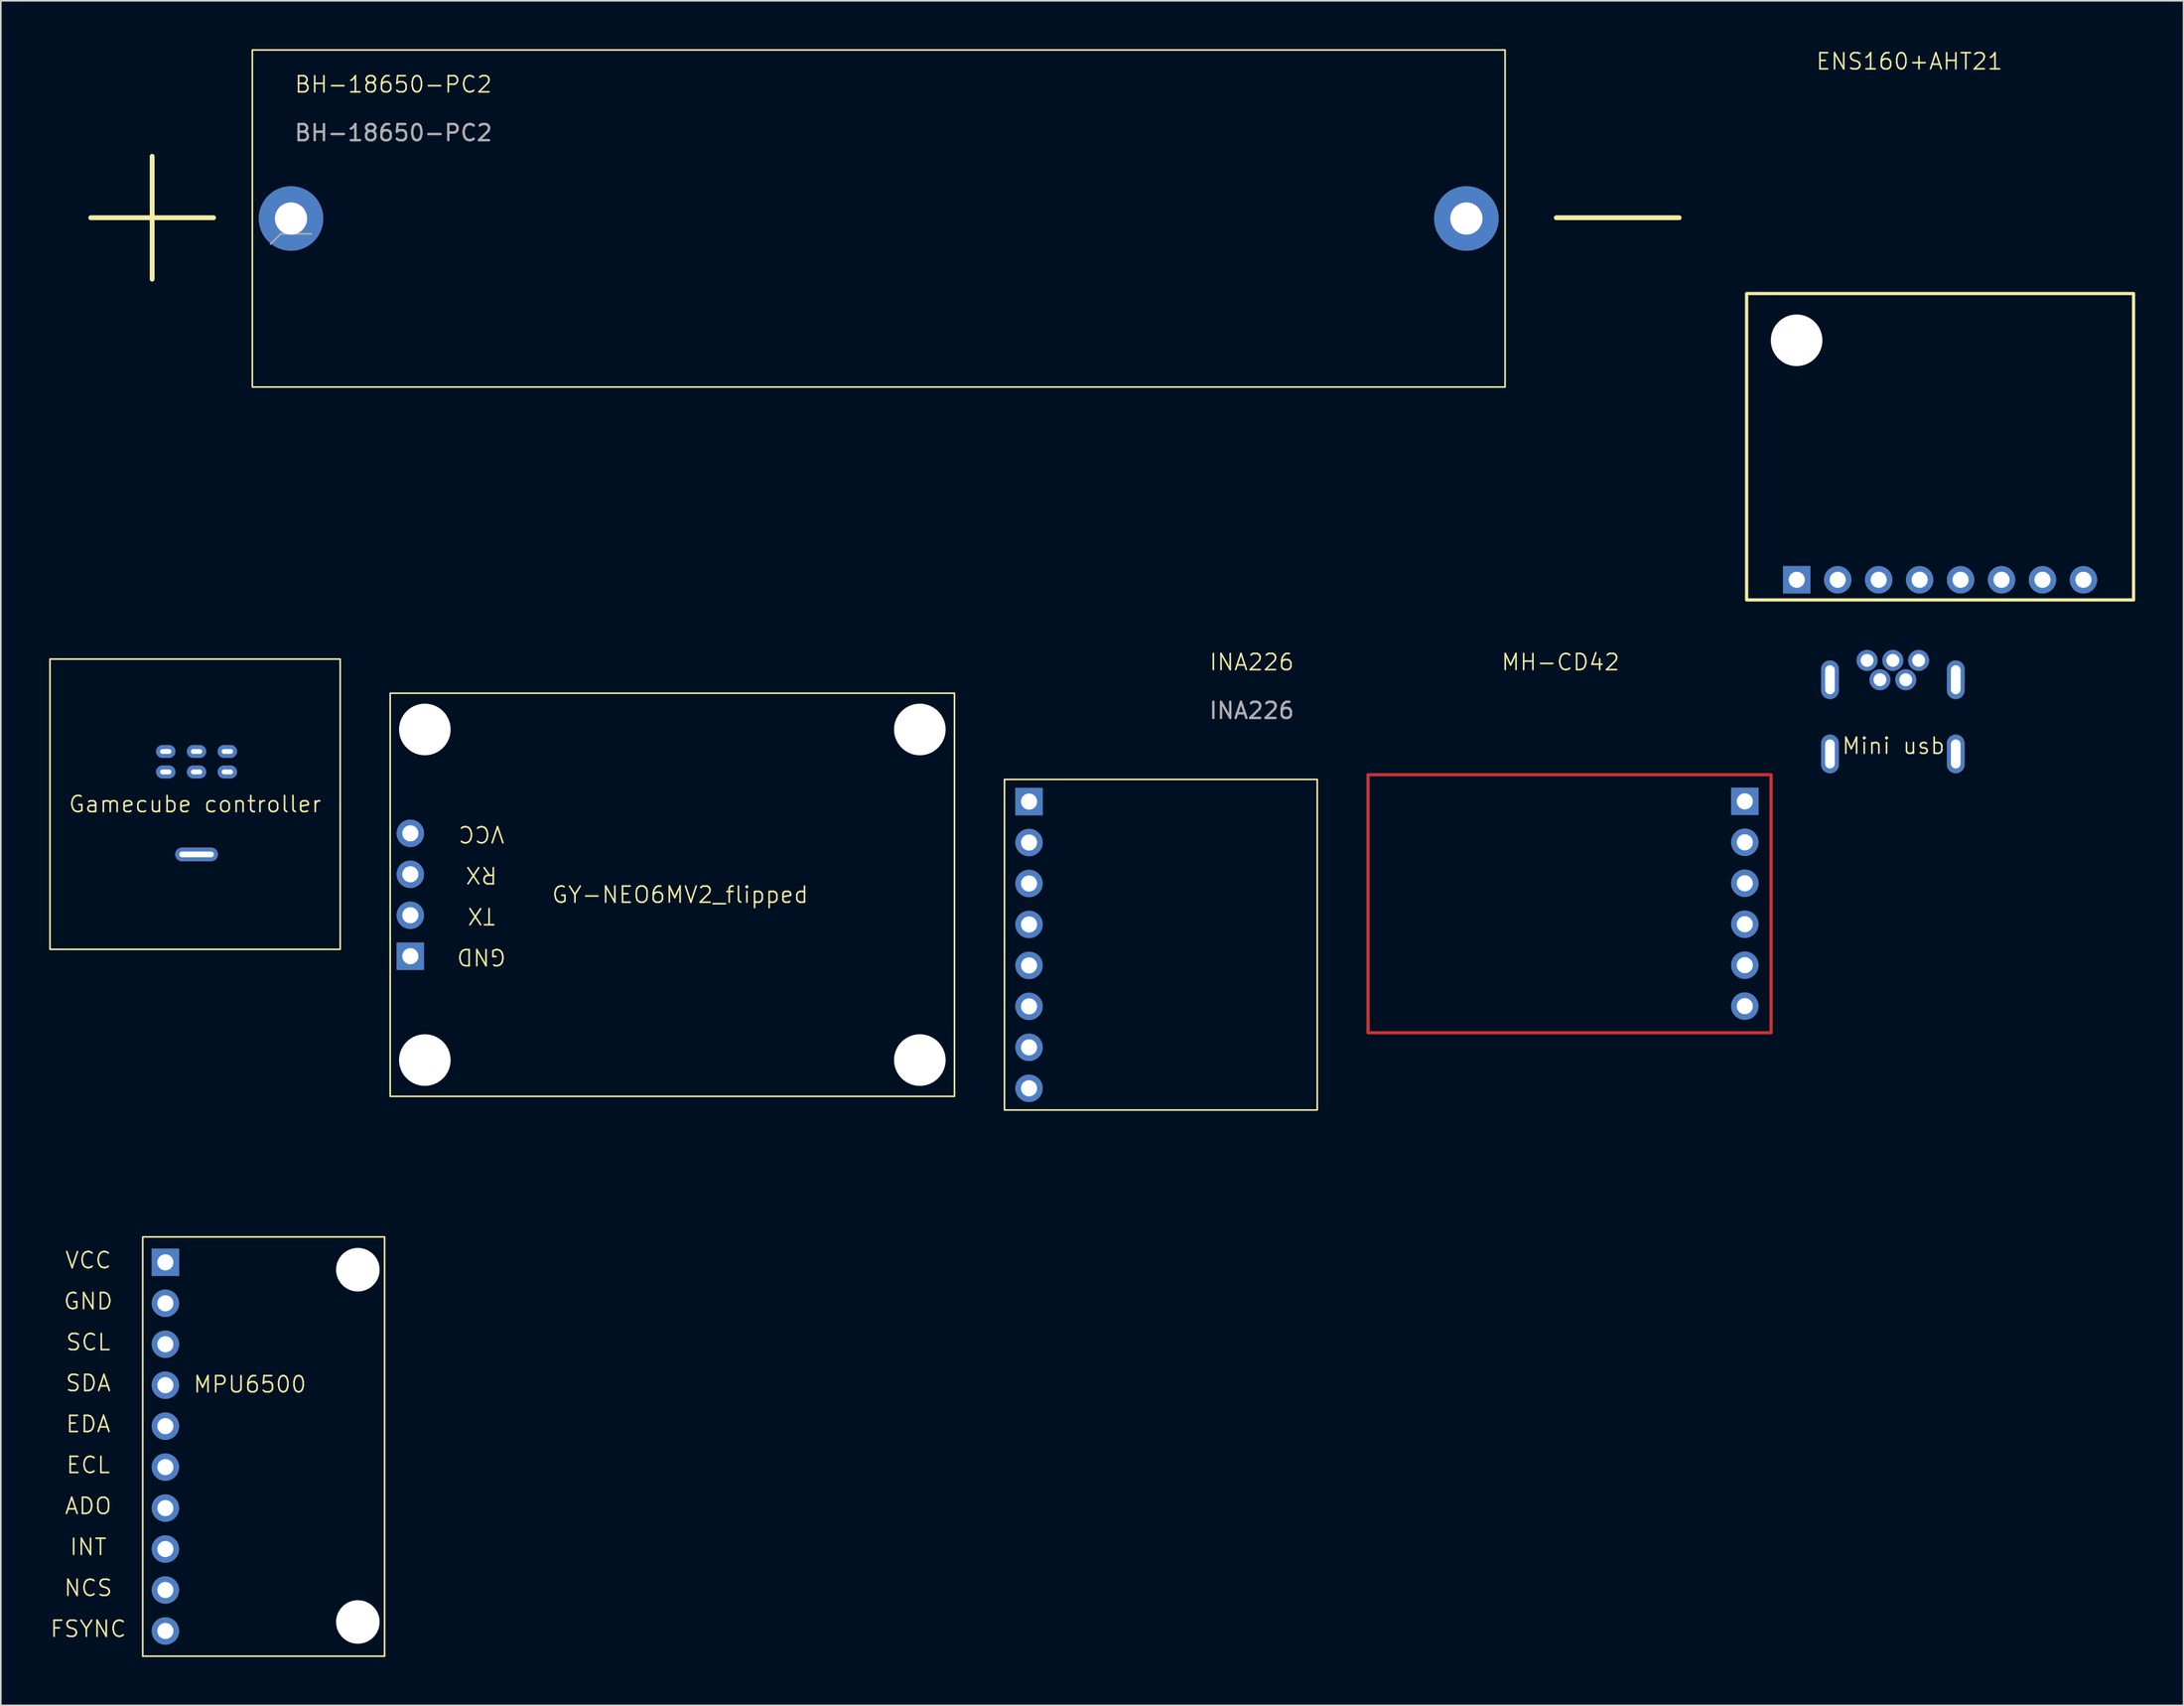
<source format=kicad_pcb>
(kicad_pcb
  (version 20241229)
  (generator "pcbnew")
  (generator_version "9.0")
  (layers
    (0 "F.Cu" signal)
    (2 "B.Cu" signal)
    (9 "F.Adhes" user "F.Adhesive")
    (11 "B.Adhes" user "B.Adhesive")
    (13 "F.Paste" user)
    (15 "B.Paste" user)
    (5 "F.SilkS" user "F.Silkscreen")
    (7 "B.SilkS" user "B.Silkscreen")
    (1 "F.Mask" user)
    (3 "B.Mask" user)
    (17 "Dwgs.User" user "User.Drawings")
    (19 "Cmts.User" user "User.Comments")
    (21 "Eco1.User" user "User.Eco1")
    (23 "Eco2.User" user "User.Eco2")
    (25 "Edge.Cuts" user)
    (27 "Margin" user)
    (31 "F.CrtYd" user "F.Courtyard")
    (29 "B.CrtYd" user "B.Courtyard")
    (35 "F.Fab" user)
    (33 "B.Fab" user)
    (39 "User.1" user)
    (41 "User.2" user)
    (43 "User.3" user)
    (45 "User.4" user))
  (footprint "GY-NEO6MV2_flipped"
    (layer "F.Cu")
    (at 39.276 37.504)
    (property "Reference" "GY-NEO6MV2_flipped" (at -0.144 14.932 0) (unlocked yes) (layer "F.SilkS") (effects (font (size 1 1) (thickness 0.1))))
    (attr through_hole)
    (fp_rect (start -18.126 2.432) (end 16.874 27.432) (stroke (width 0.1) (type default)) (fill no) (layer "F.SilkS"))
    (fp_text user "VCC" (at -10.973 10.582 180) (unlocked yes) (layer "F.SilkS") (effects (font (size 1 1) (thickness 0.1)) (justify left bottom)))
    (fp_text user "RX" (at -11.425 13.123 180) (unlocked yes) (layer "F.SilkS") (effects (font (size 1 1) (thickness 0.1)) (justify left bottom)))
    (fp_text user "TX" (at -11.544 15.662 180) (unlocked yes) (layer "F.SilkS") (effects (font (size 1 1) (thickness 0.1)) (justify left bottom)))
    (fp_text user "GND" (at -10.877 18.203 180) (unlocked yes) (layer "F.SilkS") (effects (font (size 1 1) (thickness 0.1)) (justify left bottom)))
    (pad "" np_thru_hole circle (at -15.976 4.682) (size 3.2 3.2) (drill 3.2) (layers "*.Cu" "*.Mask"))
    (pad "" np_thru_hole circle (at -15.976 25.182) (size 3.2 3.2) (drill 3.2) (layers "*.Cu" "*.Mask"))
    (pad "" np_thru_hole circle (at 14.724 4.682) (size 3.2 3.2) (drill 3.2) (layers "*.Cu" "*.Mask"))
    (pad "" np_thru_hole circle (at 14.724 25.182) (size 3.2 3.2) (drill 3.2) (layers "*.Cu" "*.Mask"))
    (pad "1" thru_hole rect (at -16.876 18.742 180) (size 1.7 1.7) (drill 1) (layers "*.Cu" "*.Mask"))
    (pad "2" thru_hole oval (at -16.876 16.202 180) (size 1.7 1.7) (drill 1) (layers "*.Cu" "*.Mask"))
    (pad "3" thru_hole oval (at -16.876 13.662 180) (size 1.7 1.7) (drill 1) (layers "*.Cu" "*.Mask"))
    (pad "4" thru_hole oval (at -16.876 11.122 180) (size 1.7 1.7) (drill 1) (layers "*.Cu" "*.Mask")))
  (footprint "ENS160+AHT21"
    (layer "F.Cu")
    (at 115.376 1.26)
    (property "Reference" "ENS160+AHT21" (at 0 -0.5 0) (unlocked yes) (layer "F.SilkS") (effects (font (size 1 1) (thickness 0.1))))
    (attr through_hole)
    (fp_rect (start -10.095 13.893) (end 13.905 32.893) (stroke (width 0.2) (type default)) (fill no) (layer "F.SilkS"))
    (pad "" np_thru_hole circle (at -6.995 16.793) (size 3.2 3.2) (drill 3.2) (layers "*.Cu" "*.Mask"))
    (pad "1" thru_hole rect (at -6.985 31.643 90) (size 1.7 1.7) (drill 1) (layers "*.Cu" "*.Mask"))
    (pad "2" thru_hole oval (at -4.445 31.643 90) (size 1.7 1.7) (drill 1) (layers "*.Cu" "*.Mask"))
    (pad "3" thru_hole oval (at -1.905 31.643 90) (size 1.7 1.7) (drill 1) (layers "*.Cu" "*.Mask"))
    (pad "4" thru_hole oval (at 0.635 31.643 90) (size 1.7 1.7) (drill 1) (layers "*.Cu" "*.Mask"))
    (pad "5" thru_hole oval (at 3.175 31.643 90) (size 1.7 1.7) (drill 1) (layers "*.Cu" "*.Mask"))
    (pad "6" thru_hole oval (at 5.715 31.643 90) (size 1.7 1.7) (drill 1) (layers "*.Cu" "*.Mask"))
    (pad "7" thru_hole oval (at 8.255 31.643 90) (size 1.7 1.7) (drill 1) (layers "*.Cu" "*.Mask"))
    (pad "8" thru_hole oval (at 10.795 31.643 90) (size 1.7 1.7) (drill 1) (layers "*.Cu" "*.Mask")))
  (footprint "Gamecube controller"
    (layer "F.Cu")
    (at 9.018 37.504)
    (property "Reference" "Gamecube controller" (at 0.032 9.315 0) (unlocked yes) (layer "F.SilkS") (effects (font (size 1 1) (thickness 0.1))))
    (attr through_hole)
    (fp_rect (start -8.968 0.315) (end 9.032 18.315) (stroke (width 0.1) (type default)) (fill no) (layer "F.SilkS"))
    (pad "" thru_hole oval (at 0.122 12.43) (size 2.65 0.85) (drill oval 2.15 0.35) (layers "*.Cu" "*.Mask"))
    (pad "1" thru_hole oval (at 2.032 7.315) (size 1.2 0.8) (drill oval 0.7 0.3) (layers "*.Cu" "*.Mask"))
    (pad "2" thru_hole oval (at 0.122 7.315) (size 1.2 0.8) (drill oval 0.7 0.3) (layers "*.Cu" "*.Mask"))
    (pad "3" thru_hole oval (at -1.788 7.315) (size 1.2 0.8) (drill oval 0.7 0.3) (layers "*.Cu" "*.Mask"))
    (pad "4" thru_hole oval (at 2.032 6.045) (size 1.2 0.8) (drill oval 0.7 0.3) (layers "*.Cu" "*.Mask"))
    (pad "5" thru_hole oval (at 0.122 6.045) (size 1.2 0.8) (drill oval 0.7 0.3) (layers "*.Cu" "*.Mask"))
    (pad "6" thru_hole oval (at -1.788 6.045) (size 1.2 0.8) (drill oval 0.7 0.3) (layers "*.Cu" "*.Mask")))
  (footprint "BH-18650-PC2"
    (layer "F.Cu")
    (at 21.35 2.687)
    (property "Reference" "BH-18650-PC2" (at 0 -0.5 0) (unlocked yes) (layer "F.SilkS") (effects (font (size 1 1) (thickness 0.1))))
    (attr through_hole)
    (fp_rect (start -8.75 -2.637) (end 68.95 18.263) (stroke (width 0.1) (type default)) (fill no) (layer "F.SilkS"))
    (fp_line (start -7.62 9.398) (end -6.985 8.763) (stroke (width 0.1) (type solid)) (layer "F.Fab"))
    (fp_line (start -6.985 8.763) (end -5.08 8.763) (stroke (width 0.1) (type solid)) (layer "F.Fab"))
    (fp_text user "-" (at 69.55 12.813 0) (unlocked yes) (layer "F.SilkS") (effects (font (size 10 10) (thickness 0.3)) (justify left bottom)))
    (fp_text user "+" (at -21.35 12.813 0) (unlocked yes) (layer "F.SilkS") (effects (font (size 10 10) (thickness 0.3)) (justify left bottom)))
    (fp_text user "${REFERENCE}" (at 0 2.5 0) (unlocked yes) (layer "F.Fab") (effects (font (size 1 1) (thickness 0.15))))
    (pad "1" thru_hole circle (at -6.35 7.813) (size 4 4) (drill 2) (layers "*.Cu" "*.Mask"))
    (pad "2" thru_hole circle (at 66.55 7.813) (size 4 4) (drill 2) (layers "*.Cu" "*.Mask")))
  (footprint "MPU6500"
    (layer "F.Cu")
    (at 12.446 69.082)
    (property "Reference" "MPU6500" (at 0 13.716 0) (unlocked yes) (layer "F.SilkS") (effects (font (size 1 1) (thickness 0.1))))
    (attr through_hole)
    (fp_rect (start -6.643 4.572) (end 8.357 30.572) (stroke (width 0.1) (type default)) (fill no) (layer "F.SilkS"))
    (fp_text user "VCC" (at -11.517 6.604 0) (unlocked yes) (layer "F.SilkS") (effects (font (size 1 1) (thickness 0.1)) (justify left bottom)))
    (fp_text user "ADO" (at -11.541 21.844 0) (unlocked yes) (layer "F.SilkS") (effects (font (size 1 1) (thickness 0.1)) (justify left bottom)))
    (fp_text user "ECL" (at -11.446 19.304 0) (unlocked yes) (layer "F.SilkS") (effects (font (size 1 1) (thickness 0.1)) (justify left bottom)))
    (fp_text user "INT" (at -11.232 24.384 0) (unlocked yes) (layer "F.SilkS") (effects (font (size 1 1) (thickness 0.1)) (justify left bottom)))
    (fp_text user "NCS" (at -11.589 26.924 0) (unlocked yes) (layer "F.SilkS") (effects (font (size 1 1) (thickness 0.1)) (justify left bottom)))
    (fp_text user "SCL" (at -11.47 11.684 0) (unlocked yes) (layer "F.SilkS") (effects (font (size 1 1) (thickness 0.1)) (justify left bottom)))
    (fp_text user "SDA" (at -11.494 14.224 0) (unlocked yes) (layer "F.SilkS") (effects (font (size 1 1) (thickness 0.1)) (justify left bottom)))
    (fp_text user "FSYNC" (at -12.446 29.464 0) (unlocked yes) (layer "F.SilkS") (effects (font (size 1 1) (thickness 0.1)) (justify left bottom)))
    (fp_text user "EDA" (at -11.47 16.764 0) (unlocked yes) (layer "F.SilkS") (effects (font (size 1 1) (thickness 0.1)) (justify left bottom)))
    (fp_text user "GND" (at -11.613 9.144 0) (unlocked yes) (layer "F.SilkS") (effects (font (size 1 1) (thickness 0.1)) (justify left bottom)))
    (pad "" np_thru_hole circle (at 6.699 6.604) (size 2.7 2.7) (drill 2.7) (layers "*.Cu" "*.Mask"))
    (pad "" np_thru_hole circle (at 6.699 28.448) (size 2.7 2.7) (drill 2.7) (layers "*.Cu" "*.Mask"))
    (pad "1" thru_hole rect (at -5.239 6.147) (size 1.7 1.7) (drill 1) (layers "*.Cu" "*.Mask"))
    (pad "2" thru_hole oval (at -5.239 8.687) (size 1.7 1.7) (drill 1) (layers "*.Cu" "*.Mask"))
    (pad "3" thru_hole oval (at -5.239 11.227) (size 1.7 1.7) (drill 1) (layers "*.Cu" "*.Mask"))
    (pad "4" thru_hole oval (at -5.239 13.767) (size 1.7 1.7) (drill 1) (layers "*.Cu" "*.Mask"))
    (pad "5" thru_hole oval (at -5.239 16.307) (size 1.7 1.7) (drill 1) (layers "*.Cu" "*.Mask"))
    (pad "6" thru_hole oval (at -5.239 18.847) (size 1.7 1.7) (drill 1) (layers "*.Cu" "*.Mask"))
    (pad "7" thru_hole oval (at -5.239 21.387) (size 1.7 1.7) (drill 1) (layers "*.Cu" "*.Mask"))
    (pad "8" thru_hole oval (at -5.239 23.927) (size 1.7 1.7) (drill 1) (layers "*.Cu" "*.Mask"))
    (pad "9" thru_hole oval (at -5.239 26.467) (size 1.7 1.7) (drill 1) (layers "*.Cu" "*.Mask"))
    (pad "10" thru_hole oval (at -5.239 29.007) (size 1.7 1.7) (drill 1) (layers "*.Cu" "*.Mask")))
  (footprint "Mini usb"
    (layer "F.Cu")
    (at 114.514 40.782)
    (property "Reference" "Mini usb" (at -0.127 2.421 0) (unlocked yes) (layer "F.SilkS") (effects (font (size 1 1) (thickness 0.1))))
    (attr through_hole)
    (pad "" thru_hole oval (at -4.064 -1.679) (size 1.1 2.4) (drill oval 0.6 1.8) (layers "*.Cu" "*.Mask"))
    (pad "" thru_hole oval (at -4.064 2.921) (size 1.1 2.4) (drill oval 0.6 1.8) (layers "*.Cu" "*.Mask"))
    (pad "" thru_hole oval (at 3.736 -1.679) (size 1.1 2.4) (drill oval 0.6 1.8) (layers "*.Cu" "*.Mask"))
    (pad "" thru_hole oval (at 3.736 2.921) (size 1.1 2.4) (drill oval 0.6 1.8) (layers "*.Cu" "*.Mask"))
    (pad "1" thru_hole circle (at -1.764 -2.879) (size 1.3 1.3) (drill 0.8) (layers "*.Cu" "*.Mask"))
    (pad "2" thru_hole circle (at -0.964 -1.679) (size 1.3 1.3) (drill 0.8) (layers "*.Cu" "*.Mask"))
    (pad "3" thru_hole circle (at -0.164 -2.879) (size 1.3 1.3) (drill 0.8) (layers "*.Cu" "*.Mask"))
    (pad "4" thru_hole circle (at 0.636 -1.679) (size 1.3 1.3) (drill 0.8) (layers "*.Cu" "*.Mask"))
    (pad "5" thru_hole circle (at 1.436 -2.879) (size 1.3 1.3) (drill 0.8) (layers "*.Cu" "*.Mask")))
  (footprint "INA226"
    (layer "F.Cu")
    (at 74.586 38.514)
    (property "Reference" "INA226" (at 0 -0.5 0) (unlocked yes) (layer "F.SilkS") (effects (font (size 1 1) (thickness 0.1))))
    (attr through_hole)
    (fp_rect (start -15.336 6.768) (end 4.064 27.268) (stroke (width 0.1) (type default)) (fill no) (layer "F.SilkS"))
    (fp_text user "${REFERENCE}" (at 0 2.5 0) (unlocked yes) (layer "F.Fab") (effects (font (size 1 1) (thickness 0.15))))
    (pad "1" thru_hole rect (at -13.812 8.143) (size 1.7 1.7) (drill 1) (layers "*.Cu" "*.Mask"))
    (pad "2" thru_hole oval (at -13.812 10.683) (size 1.7 1.7) (drill 1) (layers "*.Cu" "*.Mask"))
    (pad "3" thru_hole oval (at -13.812 13.223) (size 1.7 1.7) (drill 1) (layers "*.Cu" "*.Mask"))
    (pad "4" thru_hole oval (at -13.812 15.763) (size 1.7 1.7) (drill 1) (layers "*.Cu" "*.Mask"))
    (pad "5" thru_hole oval (at -13.812 18.303) (size 1.7 1.7) (drill 1) (layers "*.Cu" "*.Mask"))
    (pad "6" thru_hole oval (at -13.812 20.843) (size 1.7 1.7) (drill 1) (layers "*.Cu" "*.Mask"))
    (pad "7" thru_hole oval (at -13.812 23.383) (size 1.7 1.7) (drill 1) (layers "*.Cu" "*.Mask"))
    (pad "8" thru_hole oval (at -13.812 25.923) (size 1.7 1.7) (drill 1) (layers "*.Cu" "*.Mask")))
  (footprint "MH-CD42"
    (layer "F.Cu")
    (at 93.738 38.514)
    (property "Reference" "MH-CD42" (at 0 -0.5 0) (unlocked yes) (layer "F.SilkS") (effects (font (size 1 1) (thickness 0.1))))
    (attr through_hole)
    (fp_rect (start -11.938 6.479) (end 13.062 22.479) (stroke (width 0.2) (type default)) (fill no) (layer "F.Cu"))
    (pad "1" thru_hole rect (at 11.43 8.129) (size 1.7 1.7) (drill 1) (layers "*.Cu" "*.Mask"))
    (pad "2" thru_hole oval (at 11.43 10.669) (size 1.7 1.7) (drill 1) (layers "*.Cu" "*.Mask"))
    (pad "3" thru_hole oval (at 11.43 13.209) (size 1.7 1.7) (drill 1) (layers "*.Cu" "*.Mask"))
    (pad "4" thru_hole oval (at 11.43 15.749) (size 1.7 1.7) (drill 1) (layers "*.Cu" "*.Mask"))
    (pad "5" thru_hole oval (at 11.43 18.289) (size 1.7 1.7) (drill 1) (layers "*.Cu" "*.Mask"))
    (pad "6" thru_hole oval (at 11.43 20.829) (size 1.7 1.7) (drill 1) (layers "*.Cu" "*.Mask")))
  (gr_rect
    (start -3 -3)
    (end 132.381 102.704)
    (stroke (width 0.1) (type default))
    (fill no)
    (layer "Edge.Cuts")))
</source>
